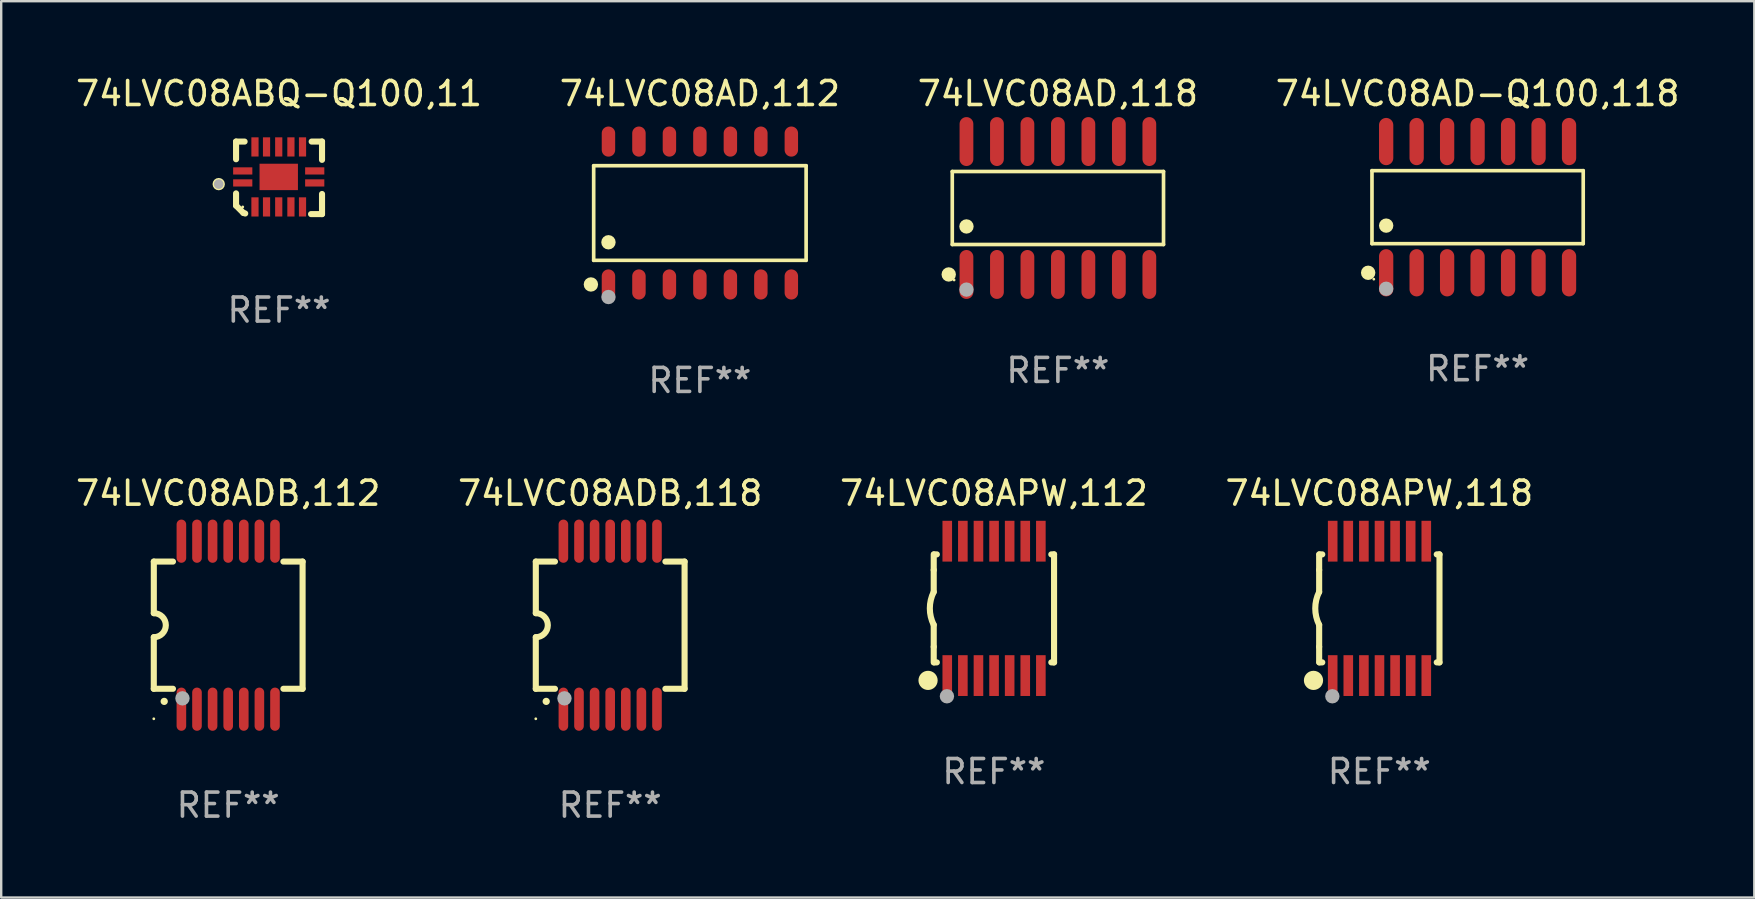
<source format=kicad_pcb>
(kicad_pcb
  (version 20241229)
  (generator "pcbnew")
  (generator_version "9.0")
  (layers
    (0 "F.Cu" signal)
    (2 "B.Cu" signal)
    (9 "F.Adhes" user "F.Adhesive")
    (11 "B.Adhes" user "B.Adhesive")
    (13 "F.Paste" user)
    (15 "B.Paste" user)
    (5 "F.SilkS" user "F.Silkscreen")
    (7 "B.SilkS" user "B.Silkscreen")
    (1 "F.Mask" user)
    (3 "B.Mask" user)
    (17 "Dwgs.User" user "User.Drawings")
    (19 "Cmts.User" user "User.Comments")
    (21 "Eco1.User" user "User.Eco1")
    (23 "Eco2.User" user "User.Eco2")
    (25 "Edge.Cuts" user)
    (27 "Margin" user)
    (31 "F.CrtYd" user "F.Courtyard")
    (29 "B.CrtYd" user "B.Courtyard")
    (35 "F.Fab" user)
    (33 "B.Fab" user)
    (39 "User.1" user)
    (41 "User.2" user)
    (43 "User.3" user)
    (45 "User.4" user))
  (footprint "74LVC08ADB,112"
    (layer "F.Cu")
    (at 6.458 23)
    (property "Reference" "74LVC08ADB,112" (at 0 -5.5 0) (layer "F.SilkS") (effects (font (size 1 1) (thickness 0.15))))
    (attr through_hole)
    (fp_line (start -3.1 2.65) (end -3.1 0.5) (stroke (width 0.254) (type solid)) (layer "F.SilkS"))
    (fp_line (start -3.099 -2.65) (end -2.301 -2.65) (stroke (width 0.254) (type solid)) (layer "F.SilkS"))
    (fp_line (start -3.099 -0.5) (end -3.099 -2.65) (stroke (width 0.254) (type solid)) (layer "F.SilkS"))
    (fp_line (start -2.301 2.65) (end -3.1 2.65) (stroke (width 0.254) (type solid)) (layer "F.SilkS"))
    (fp_line (start 2.301 -2.65) (end 3.1 -2.65) (stroke (width 0.254) (type solid)) (layer "F.SilkS"))
    (fp_line (start 3.1 -2.65) (end 3.1 2.65) (stroke (width 0.254) (type solid)) (layer "F.SilkS"))
    (fp_line (start 3.1 2.65) (end 2.301 2.65) (stroke (width 0.254) (type solid)) (layer "F.SilkS"))
    (fp_arc (start -3.098806 -0.500381) (mid -2.598806 0) (end -3.098806 0.500381) (stroke (width 0.254001) (type solid)) (layer "F.SilkS"))
    (fp_arc (start -2.667005 3.175006) (mid -2.665735 3.175001) (end -2.664465 3.175006) (stroke (width 0.3) (type solid)) (layer "F.SilkS"))
    (fp_circle (center -3.1 3.9) (end -3.07 3.9) (stroke (width 0.06) (type solid)) (fill no) (layer "F.SilkS"))
    (fp_circle (center -1.905 3.048) (end -1.755 3.048) (stroke (width 0.3) (type solid)) (fill no) (layer "F.Fab"))
    (fp_text user "REF**" (at 0 7.5 0) (layer "F.Fab") (effects (font (size 1 1) (thickness 0.15))))
    (pad "1" smd oval (at -1.95 3.5 270) (size 1.8 0.4) (layers "F.Cu" "F.Mask" "F.Paste"))
    (pad "2" smd oval (at -1.3 3.5 270) (size 1.8 0.4) (layers "F.Cu" "F.Mask" "F.Paste"))
    (pad "3" smd oval (at -0.65 3.5 270) (size 1.8 0.4) (layers "F.Cu" "F.Mask" "F.Paste"))
    (pad "4" smd oval (at 0 3.5 270) (size 1.8 0.4) (layers "F.Cu" "F.Mask" "F.Paste"))
    (pad "5" smd oval (at 0.65 3.5 270) (size 1.8 0.4) (layers "F.Cu" "F.Mask" "F.Paste"))
    (pad "6" smd oval (at 1.3 3.5 270) (size 1.8 0.4) (layers "F.Cu" "F.Mask" "F.Paste"))
    (pad "7" smd oval (at 1.95 3.5 270) (size 1.8 0.4) (layers "F.Cu" "F.Mask" "F.Paste"))
    (pad "8" smd oval (at 1.95 -3.5 90) (size 1.8 0.4) (layers "F.Cu" "F.Mask" "F.Paste"))
    (pad "9" smd oval (at 1.3 -3.5 90) (size 1.8 0.4) (layers "F.Cu" "F.Mask" "F.Paste"))
    (pad "10" smd oval (at 0.65 -3.5 90) (size 1.8 0.4) (layers "F.Cu" "F.Mask" "F.Paste"))
    (pad "11" smd oval (at 0 -3.5 90) (size 1.8 0.4) (layers "F.Cu" "F.Mask" "F.Paste"))
    (pad "12" smd oval (at -0.65 -3.5 90) (size 1.8 0.4) (layers "F.Cu" "F.Mask" "F.Paste"))
    (pad "13" smd oval (at -1.3 -3.5 90) (size 1.8 0.4) (layers "F.Cu" "F.Mask" "F.Paste"))
    (pad "14" smd oval (at -1.95 -3.5 90) (size 1.8 0.4) (layers "F.Cu" "F.Mask" "F.Paste")))
  (footprint "74LVC08APW,112"
    (layer "F.Cu")
    (at 38.363 22.3)
    (property "Reference" "74LVC08APW,112" (at 0 -4.8 0) (layer "F.SilkS") (effects (font (size 1 1) (thickness 0.15))))
    (attr through_hole)
    (fp_line (start -2.507 -1.6) (end -2.507 -2.25) (stroke (width 0.254) (type solid)) (layer "F.SilkS"))
    (fp_line (start -2.507 -0.686) (end -2.507 -1.6) (stroke (width 0.254) (type solid)) (layer "F.SilkS"))
    (fp_line (start -2.507 1.6) (end -2.507 0.686) (stroke (width 0.254) (type solid)) (layer "F.SilkS"))
    (fp_line (start -2.507 1.6) (end -2.507 2.25) (stroke (width 0.254) (type solid)) (layer "F.SilkS"))
    (fp_line (start -2.493 -2.25) (end -2.377 -2.25) (stroke (width 0.254) (type solid)) (layer "F.SilkS"))
    (fp_line (start -2.377 2.25) (end -2.493 2.25) (stroke (width 0.254) (type solid)) (layer "F.SilkS"))
    (fp_line (start 2.392 -2.25) (end 2.507 -2.25) (stroke (width 0.254) (type solid)) (layer "F.SilkS"))
    (fp_line (start 2.507 -2.25) (end 2.507 2.25) (stroke (width 0.254) (type solid)) (layer "F.SilkS"))
    (fp_line (start 2.507 2.25) (end 2.392 2.25) (stroke (width 0.254) (type solid)) (layer "F.SilkS"))
    (fp_arc (start -2.507303 0.685802) (mid -2.669199 0) (end -2.507303 -0.685801) (stroke (width 0.254001) (type solid)) (layer "F.SilkS"))
    (fp_circle (center -2.743 3) (end -2.543 3) (stroke (width 0.4) (type solid)) (fill no) (layer "F.SilkS"))
    (fp_circle (center -2.493 3.2) (end -2.463 3.2) (stroke (width 0.06) (type solid)) (fill no) (layer "F.SilkS"))
    (fp_circle (center -1.957 3.662) (end -1.807 3.662) (stroke (width 0.3) (type solid)) (fill no) (layer "F.Fab"))
    (fp_text user "REF**" (at 0 6.8 0) (layer "F.Fab") (effects (font (size 1 1) (thickness 0.15))))
    (pad "1" smd rect (at -1.943 2.8) (size 0.4 1.7) (layers "F.Cu" "F.Mask" "F.Paste"))
    (pad "2" smd rect (at -1.293 2.8) (size 0.4 1.7) (layers "F.Cu" "F.Mask" "F.Paste"))
    (pad "3" smd rect (at -0.643 2.8) (size 0.4 1.7) (layers "F.Cu" "F.Mask" "F.Paste"))
    (pad "4" smd rect (at 0.007 2.8) (size 0.4 1.7) (layers "F.Cu" "F.Mask" "F.Paste"))
    (pad "5" smd rect (at 0.657 2.8) (size 0.4 1.7) (layers "F.Cu" "F.Mask" "F.Paste"))
    (pad "6" smd rect (at 1.307 2.8) (size 0.4 1.7) (layers "F.Cu" "F.Mask" "F.Paste"))
    (pad "7" smd rect (at 1.957 2.8) (size 0.4 1.7) (layers "F.Cu" "F.Mask" "F.Paste"))
    (pad "8" smd rect (at 1.957 -2.8) (size 0.4 1.7) (layers "F.Cu" "F.Mask" "F.Paste"))
    (pad "9" smd rect (at 1.307 -2.8) (size 0.4 1.7) (layers "F.Cu" "F.Mask" "F.Paste"))
    (pad "10" smd rect (at 0.657 -2.8) (size 0.4 1.7) (layers "F.Cu" "F.Mask" "F.Paste"))
    (pad "11" smd rect (at 0.007 -2.8) (size 0.4 1.7) (layers "F.Cu" "F.Mask" "F.Paste"))
    (pad "12" smd rect (at -0.643 -2.8) (size 0.4 1.7) (layers "F.Cu" "F.Mask" "F.Paste"))
    (pad "13" smd rect (at -1.293 -2.8) (size 0.4 1.7) (layers "F.Cu" "F.Mask" "F.Paste"))
    (pad "14" smd rect (at -1.943 -2.8) (size 0.4 1.7) (layers "F.Cu" "F.Mask" "F.Paste")))
  (footprint "74LVC08ABQ-Q100,11"
    (layer "F.Cu")
    (at 8.577 4.36)
    (property "Reference" "74LVC08ABQ-Q100,11" (at 0 -3.511 0) (layer "F.SilkS") (effects (font (size 1 1) (thickness 0.15))))
    (attr through_hole)
    (fp_line (start -1.791 -1.511) (end -1.435 -1.511) (stroke (width 0.254) (type solid)) (layer "F.SilkS"))
    (fp_line (start -1.791 -0.775) (end -1.791 -1.511) (stroke (width 0.254) (type solid)) (layer "F.SilkS"))
    (fp_line (start -1.791 1.156) (end -1.791 0.648) (stroke (width 0.254) (type solid)) (layer "F.SilkS"))
    (fp_line (start -1.486 1.461) (end -1.791 1.156) (stroke (width 0.254) (type solid)) (layer "F.SilkS"))
    (fp_line (start -1.41 1.486) (end -1.486 1.461) (stroke (width 0.254) (type solid)) (layer "F.SilkS"))
    (fp_line (start 1.334 1.511) (end 1.791 1.511) (stroke (width 0.254) (type solid)) (layer "F.SilkS"))
    (fp_line (start 1.791 -1.511) (end 1.359 -1.511) (stroke (width 0.254) (type solid)) (layer "F.SilkS"))
    (fp_line (start 1.791 -0.749) (end 1.791 -1.511) (stroke (width 0.254) (type solid)) (layer "F.SilkS"))
    (fp_line (start 1.791 1.511) (end 1.791 0.673) (stroke (width 0.254) (type solid)) (layer "F.SilkS"))
    (fp_circle (center -2.513 0.262) (end -2.383 0.262) (stroke (width 0.254) (type solid)) (fill no) (layer "F.SilkS"))
    (fp_circle (center -1.513 1.212) (end -1.483 1.212) (stroke (width 0.06) (type solid)) (fill no) (layer "F.SilkS"))
    (fp_circle (center -2.513 0.262) (end -2.413 0.262) (stroke (width 0.2) (type solid)) (fill no) (layer "F.Fab"))
    (fp_text user "REF**" (at 0 5.511 0) (layer "F.Fab") (effects (font (size 1 1) (thickness 0.15))))
    (pad "1" smd rect (at -1.513 0.212) (size 0.8 0.3) (layers "F.Cu" "F.Mask" "F.Paste"))
    (pad "2" smd rect (at -1.003 1.212) (size 0.3 0.8) (layers "F.Cu" "F.Mask" "F.Paste"))
    (pad "3" smd rect (at -0.521 1.212) (size 0.3 0.8) (layers "F.Cu" "F.Mask" "F.Paste"))
    (pad "4" smd rect (at -0.013 1.212) (size 0.3 0.8) (layers "F.Cu" "F.Mask" "F.Paste"))
    (pad "5" smd rect (at 0.495 1.212) (size 0.3 0.8) (layers "F.Cu" "F.Mask" "F.Paste"))
    (pad "6" smd rect (at 0.978 1.212) (size 0.3 0.8) (layers "F.Cu" "F.Mask" "F.Paste"))
    (pad "7" smd rect (at 1.487 0.212) (size 0.8 0.3) (layers "F.Cu" "F.Mask" "F.Paste"))
    (pad "8" smd rect (at 1.487 -0.288) (size 0.8 0.3) (layers "F.Cu" "F.Mask" "F.Paste"))
    (pad "9" smd rect (at 0.978 -1.288) (size 0.3 0.8) (layers "F.Cu" "F.Mask" "F.Paste"))
    (pad "10" smd rect (at 0.495 -1.288) (size 0.3 0.8) (layers "F.Cu" "F.Mask" "F.Paste"))
    (pad "11" smd rect (at -0.013 -1.288) (size 0.3 0.8) (layers "F.Cu" "F.Mask" "F.Paste"))
    (pad "12" smd rect (at -0.521 -1.288) (size 0.3 0.8) (layers "F.Cu" "F.Mask" "F.Paste"))
    (pad "13" smd rect (at -1.003 -1.288) (size 0.3 0.8) (layers "F.Cu" "F.Mask" "F.Paste"))
    (pad "14" smd rect (at -1.513 -0.288) (size 0.8 0.3) (layers "F.Cu" "F.Mask" "F.Paste"))
    (pad "15" smd rect (at -0.013 -0.038 90) (size 1.1 1.6) (layers "F.Cu" "F.Mask" "F.Paste")))
  (footprint "74LVC08AD,118"
    (layer "F.Cu")
    (at 41.03 5.617)
    (property "Reference" "74LVC08AD,118" (at 0 -4.769 0) (layer "F.SilkS") (effects (font (size 1 1) (thickness 0.15))))
    (attr through_hole)
    (fp_line (start -4.401 -1.521) (end 4.401 -1.521) (stroke (width 0.152) (type solid)) (layer "F.SilkS"))
    (fp_line (start -4.401 1.521) (end -4.401 -1.521) (stroke (width 0.152) (type solid)) (layer "F.SilkS"))
    (fp_line (start 4.401 -1.521) (end 4.401 1.521) (stroke (width 0.152) (type solid)) (layer "F.SilkS"))
    (fp_line (start 4.401 1.521) (end -4.401 1.521) (stroke (width 0.152) (type solid)) (layer "F.SilkS"))
    (fp_circle (center -4.549 2.769) (end -4.399 2.769) (stroke (width 0.3) (type solid)) (fill no) (layer "F.SilkS"))
    (fp_circle (center -4.325 3) (end -4.295 3) (stroke (width 0.06) (type solid)) (fill no) (layer "F.SilkS"))
    (fp_circle (center -3.81 0.769) (end -3.66 0.769) (stroke (width 0.3) (type solid)) (fill no) (layer "F.SilkS"))
    (fp_circle (center -3.81 3.4) (end -3.66 3.4) (stroke (width 0.3) (type solid)) (fill no) (layer "F.Fab"))
    (fp_text user "REF**" (at 0 6.769 0) (layer "F.Fab") (effects (font (size 1 1) (thickness 0.15))))
    (pad "1" smd oval (at -3.81 2.769) (size 0.574 2.038) (layers "F.Cu" "F.Mask" "F.Paste"))
    (pad "2" smd oval (at -2.54 2.769) (size 0.574 2.038) (layers "F.Cu" "F.Mask" "F.Paste"))
    (pad "3" smd oval (at -1.27 2.769) (size 0.574 2.038) (layers "F.Cu" "F.Mask" "F.Paste"))
    (pad "4" smd oval (at 0 2.769) (size 0.574 2.038) (layers "F.Cu" "F.Mask" "F.Paste"))
    (pad "5" smd oval (at 1.27 2.769) (size 0.574 2.038) (layers "F.Cu" "F.Mask" "F.Paste"))
    (pad "6" smd oval (at 2.54 2.769) (size 0.574 2.038) (layers "F.Cu" "F.Mask" "F.Paste"))
    (pad "7" smd oval (at 3.81 2.769) (size 0.574 2.038) (layers "F.Cu" "F.Mask" "F.Paste"))
    (pad "8" smd oval (at 3.81 -2.769) (size 0.574 2.038) (layers "F.Cu" "F.Mask" "F.Paste"))
    (pad "9" smd oval (at 2.54 -2.769) (size 0.574 2.038) (layers "F.Cu" "F.Mask" "F.Paste"))
    (pad "10" smd oval (at 1.27 -2.769) (size 0.574 2.038) (layers "F.Cu" "F.Mask" "F.Paste"))
    (pad "11" smd oval (at 0 -2.769) (size 0.574 2.038) (layers "F.Cu" "F.Mask" "F.Paste"))
    (pad "12" smd oval (at -1.27 -2.769) (size 0.574 2.038) (layers "F.Cu" "F.Mask" "F.Paste"))
    (pad "13" smd oval (at -2.54 -2.769) (size 0.574 2.038) (layers "F.Cu" "F.Mask" "F.Paste"))
    (pad "14" smd oval (at -3.81 -2.769) (size 0.574 2.038) (layers "F.Cu" "F.Mask" "F.Paste")))
  (footprint "74LVC08APW,118"
    (layer "F.Cu")
    (at 54.423 22.3)
    (property "Reference" "74LVC08APW,118" (at 0 -4.8 0) (layer "F.SilkS") (effects (font (size 1 1) (thickness 0.15))))
    (attr through_hole)
    (fp_line (start -2.507 -1.6) (end -2.507 -2.25) (stroke (width 0.254) (type solid)) (layer "F.SilkS"))
    (fp_line (start -2.507 -0.686) (end -2.507 -1.6) (stroke (width 0.254) (type solid)) (layer "F.SilkS"))
    (fp_line (start -2.507 1.6) (end -2.507 0.686) (stroke (width 0.254) (type solid)) (layer "F.SilkS"))
    (fp_line (start -2.507 1.6) (end -2.507 2.25) (stroke (width 0.254) (type solid)) (layer "F.SilkS"))
    (fp_line (start -2.493 -2.25) (end -2.377 -2.25) (stroke (width 0.254) (type solid)) (layer "F.SilkS"))
    (fp_line (start -2.377 2.25) (end -2.493 2.25) (stroke (width 0.254) (type solid)) (layer "F.SilkS"))
    (fp_line (start 2.392 -2.25) (end 2.507 -2.25) (stroke (width 0.254) (type solid)) (layer "F.SilkS"))
    (fp_line (start 2.507 -2.25) (end 2.507 2.25) (stroke (width 0.254) (type solid)) (layer "F.SilkS"))
    (fp_line (start 2.507 2.25) (end 2.392 2.25) (stroke (width 0.254) (type solid)) (layer "F.SilkS"))
    (fp_arc (start -2.507303 0.685802) (mid -2.669199 0) (end -2.507303 -0.685801) (stroke (width 0.254001) (type solid)) (layer "F.SilkS"))
    (fp_circle (center -2.743 3) (end -2.543 3) (stroke (width 0.4) (type solid)) (fill no) (layer "F.SilkS"))
    (fp_circle (center -2.493 3.2) (end -2.463 3.2) (stroke (width 0.06) (type solid)) (fill no) (layer "F.SilkS"))
    (fp_circle (center -1.957 3.662) (end -1.807 3.662) (stroke (width 0.3) (type solid)) (fill no) (layer "F.Fab"))
    (fp_text user "REF**" (at 0 6.8 0) (layer "F.Fab") (effects (font (size 1 1) (thickness 0.15))))
    (pad "1" smd rect (at -1.943 2.8) (size 0.4 1.7) (layers "F.Cu" "F.Mask" "F.Paste"))
    (pad "2" smd rect (at -1.293 2.8) (size 0.4 1.7) (layers "F.Cu" "F.Mask" "F.Paste"))
    (pad "3" smd rect (at -0.643 2.8) (size 0.4 1.7) (layers "F.Cu" "F.Mask" "F.Paste"))
    (pad "4" smd rect (at 0.007 2.8) (size 0.4 1.7) (layers "F.Cu" "F.Mask" "F.Paste"))
    (pad "5" smd rect (at 0.657 2.8) (size 0.4 1.7) (layers "F.Cu" "F.Mask" "F.Paste"))
    (pad "6" smd rect (at 1.307 2.8) (size 0.4 1.7) (layers "F.Cu" "F.Mask" "F.Paste"))
    (pad "7" smd rect (at 1.957 2.8) (size 0.4 1.7) (layers "F.Cu" "F.Mask" "F.Paste"))
    (pad "8" smd rect (at 1.957 -2.8) (size 0.4 1.7) (layers "F.Cu" "F.Mask" "F.Paste"))
    (pad "9" smd rect (at 1.307 -2.8) (size 0.4 1.7) (layers "F.Cu" "F.Mask" "F.Paste"))
    (pad "10" smd rect (at 0.657 -2.8) (size 0.4 1.7) (layers "F.Cu" "F.Mask" "F.Paste"))
    (pad "11" smd rect (at 0.007 -2.8) (size 0.4 1.7) (layers "F.Cu" "F.Mask" "F.Paste"))
    (pad "12" smd rect (at -0.643 -2.8) (size 0.4 1.7) (layers "F.Cu" "F.Mask" "F.Paste"))
    (pad "13" smd rect (at -1.293 -2.8) (size 0.4 1.7) (layers "F.Cu" "F.Mask" "F.Paste"))
    (pad "14" smd rect (at -1.943 -2.8) (size 0.4 1.7) (layers "F.Cu" "F.Mask" "F.Paste")))
  (footprint "74LVC08AD,112"
    (layer "F.Cu")
    (at 26.113 5.826)
    (property "Reference" "74LVC08AD,112" (at 0 -4.977 0) (layer "F.SilkS") (effects (font (size 1 1) (thickness 0.15))))
    (attr through_hole)
    (fp_line (start -4.426 -1.971) (end 4.426 -1.971) (stroke (width 0.152) (type solid)) (layer "F.SilkS"))
    (fp_line (start -4.426 1.971) (end -4.426 -1.971) (stroke (width 0.152) (type solid)) (layer "F.SilkS"))
    (fp_line (start 4.426 -1.971) (end 4.426 1.971) (stroke (width 0.152) (type solid)) (layer "F.SilkS"))
    (fp_line (start 4.426 1.971) (end -4.426 1.971) (stroke (width 0.152) (type solid)) (layer "F.SilkS"))
    (fp_circle (center -4.542 2.977) (end -4.392 2.977) (stroke (width 0.3) (type solid)) (fill no) (layer "F.SilkS"))
    (fp_circle (center -4.35 3.1) (end -4.32 3.1) (stroke (width 0.06) (type solid)) (fill no) (layer "F.SilkS"))
    (fp_circle (center -3.81 1.219) (end -3.66 1.219) (stroke (width 0.3) (type solid)) (fill no) (layer "F.SilkS"))
    (fp_circle (center -3.81 3.5) (end -3.66 3.5) (stroke (width 0.3) (type solid)) (fill no) (layer "F.Fab"))
    (fp_text user "REF**" (at 0 6.977 0) (layer "F.Fab") (effects (font (size 1 1) (thickness 0.15))))
    (pad "1" smd oval (at -3.81 2.977) (size 0.56 1.255) (layers "F.Cu" "F.Mask" "F.Paste"))
    (pad "2" smd oval (at -2.54 2.977) (size 0.56 1.255) (layers "F.Cu" "F.Mask" "F.Paste"))
    (pad "3" smd oval (at -1.27 2.977) (size 0.56 1.255) (layers "F.Cu" "F.Mask" "F.Paste"))
    (pad "4" smd oval (at 0 2.977) (size 0.56 1.255) (layers "F.Cu" "F.Mask" "F.Paste"))
    (pad "5" smd oval (at 1.27 2.977) (size 0.56 1.255) (layers "F.Cu" "F.Mask" "F.Paste"))
    (pad "6" smd oval (at 2.54 2.977) (size 0.56 1.255) (layers "F.Cu" "F.Mask" "F.Paste"))
    (pad "7" smd oval (at 3.81 2.977) (size 0.56 1.255) (layers "F.Cu" "F.Mask" "F.Paste"))
    (pad "8" smd oval (at 3.81 -2.977) (size 0.56 1.255) (layers "F.Cu" "F.Mask" "F.Paste"))
    (pad "9" smd oval (at 2.54 -2.977) (size 0.56 1.255) (layers "F.Cu" "F.Mask" "F.Paste"))
    (pad "10" smd oval (at 1.27 -2.977) (size 0.56 1.255) (layers "F.Cu" "F.Mask" "F.Paste"))
    (pad "11" smd oval (at 0 -2.977) (size 0.56 1.255) (layers "F.Cu" "F.Mask" "F.Paste"))
    (pad "12" smd oval (at -1.27 -2.977) (size 0.56 1.255) (layers "F.Cu" "F.Mask" "F.Paste"))
    (pad "13" smd oval (at -2.54 -2.977) (size 0.56 1.255) (layers "F.Cu" "F.Mask" "F.Paste"))
    (pad "14" smd oval (at -3.81 -2.977) (size 0.56 1.255) (layers "F.Cu" "F.Mask" "F.Paste")))
  (footprint "74LVC08AD-Q100,118"
    (layer "F.Cu")
    (at 58.518 5.582)
    (property "Reference" "74LVC08AD-Q100,118" (at 0 -4.734 0) (layer "F.SilkS") (effects (font (size 1 1) (thickness 0.15))))
    (attr through_hole)
    (fp_line (start -4.401 -1.521) (end 4.401 -1.521) (stroke (width 0.152) (type solid)) (layer "F.SilkS"))
    (fp_line (start -4.401 1.521) (end -4.401 -1.521) (stroke (width 0.152) (type solid)) (layer "F.SilkS"))
    (fp_line (start 4.401 -1.521) (end 4.401 1.521) (stroke (width 0.152) (type solid)) (layer "F.SilkS"))
    (fp_line (start 4.401 1.521) (end -4.401 1.521) (stroke (width 0.152) (type solid)) (layer "F.SilkS"))
    (fp_circle (center -4.56 2.734) (end -4.41 2.734) (stroke (width 0.3) (type solid)) (fill no) (layer "F.SilkS"))
    (fp_circle (center -4.325 3) (end -4.295 3) (stroke (width 0.06) (type solid)) (fill no) (layer "F.SilkS"))
    (fp_circle (center -3.81 0.769) (end -3.66 0.769) (stroke (width 0.3) (type solid)) (fill no) (layer "F.SilkS"))
    (fp_circle (center -3.81 3.4) (end -3.66 3.4) (stroke (width 0.3) (type solid)) (fill no) (layer "F.Fab"))
    (fp_text user "REF**" (at 0 6.734 0) (layer "F.Fab") (effects (font (size 1 1) (thickness 0.15))))
    (pad "1" smd oval (at -3.81 2.734) (size 0.595 1.968) (layers "F.Cu" "F.Mask" "F.Paste"))
    (pad "2" smd oval (at -2.54 2.734) (size 0.595 1.968) (layers "F.Cu" "F.Mask" "F.Paste"))
    (pad "3" smd oval (at -1.27 2.734) (size 0.595 1.968) (layers "F.Cu" "F.Mask" "F.Paste"))
    (pad "4" smd oval (at 0 2.734) (size 0.595 1.968) (layers "F.Cu" "F.Mask" "F.Paste"))
    (pad "5" smd oval (at 1.27 2.734) (size 0.595 1.968) (layers "F.Cu" "F.Mask" "F.Paste"))
    (pad "6" smd oval (at 2.54 2.734) (size 0.595 1.968) (layers "F.Cu" "F.Mask" "F.Paste"))
    (pad "7" smd oval (at 3.81 2.734) (size 0.595 1.968) (layers "F.Cu" "F.Mask" "F.Paste"))
    (pad "8" smd oval (at 3.81 -2.734) (size 0.595 1.968) (layers "F.Cu" "F.Mask" "F.Paste"))
    (pad "9" smd oval (at 2.54 -2.734) (size 0.595 1.968) (layers "F.Cu" "F.Mask" "F.Paste"))
    (pad "10" smd oval (at 1.27 -2.734) (size 0.595 1.968) (layers "F.Cu" "F.Mask" "F.Paste"))
    (pad "11" smd oval (at 0 -2.734) (size 0.595 1.968) (layers "F.Cu" "F.Mask" "F.Paste"))
    (pad "12" smd oval (at -1.27 -2.734) (size 0.595 1.968) (layers "F.Cu" "F.Mask" "F.Paste"))
    (pad "13" smd oval (at -2.54 -2.734) (size 0.595 1.968) (layers "F.Cu" "F.Mask" "F.Paste"))
    (pad "14" smd oval (at -3.81 -2.734) (size 0.595 1.968) (layers "F.Cu" "F.Mask" "F.Paste")))
  (footprint "74LVC08ADB,118"
    (layer "F.Cu")
    (at 22.375 23)
    (property "Reference" "74LVC08ADB,118" (at 0 -5.5 0) (layer "F.SilkS") (effects (font (size 1 1) (thickness 0.15))))
    (attr through_hole)
    (fp_line (start -3.1 2.65) (end -3.1 0.5) (stroke (width 0.254) (type solid)) (layer "F.SilkS"))
    (fp_line (start -3.099 -2.65) (end -2.301 -2.65) (stroke (width 0.254) (type solid)) (layer "F.SilkS"))
    (fp_line (start -3.099 -0.5) (end -3.099 -2.65) (stroke (width 0.254) (type solid)) (layer "F.SilkS"))
    (fp_line (start -2.301 2.65) (end -3.1 2.65) (stroke (width 0.254) (type solid)) (layer "F.SilkS"))
    (fp_line (start 2.301 -2.65) (end 3.1 -2.65) (stroke (width 0.254) (type solid)) (layer "F.SilkS"))
    (fp_line (start 3.1 -2.65) (end 3.1 2.65) (stroke (width 0.254) (type solid)) (layer "F.SilkS"))
    (fp_line (start 3.1 2.65) (end 2.301 2.65) (stroke (width 0.254) (type solid)) (layer "F.SilkS"))
    (fp_arc (start -3.098806 -0.500381) (mid -2.598806 0) (end -3.098806 0.500381) (stroke (width 0.254001) (type solid)) (layer "F.SilkS"))
    (fp_arc (start -2.667005 3.175006) (mid -2.665735 3.175001) (end -2.664465 3.175006) (stroke (width 0.3) (type solid)) (layer "F.SilkS"))
    (fp_circle (center -3.1 3.9) (end -3.07 3.9) (stroke (width 0.06) (type solid)) (fill no) (layer "F.SilkS"))
    (fp_circle (center -1.905 3.048) (end -1.755 3.048) (stroke (width 0.3) (type solid)) (fill no) (layer "F.Fab"))
    (fp_text user "REF**" (at 0 7.5 0) (layer "F.Fab") (effects (font (size 1 1) (thickness 0.15))))
    (pad "1" smd oval (at -1.95 3.5 270) (size 1.8 0.4) (layers "F.Cu" "F.Mask" "F.Paste"))
    (pad "2" smd oval (at -1.3 3.5 270) (size 1.8 0.4) (layers "F.Cu" "F.Mask" "F.Paste"))
    (pad "3" smd oval (at -0.65 3.5 270) (size 1.8 0.4) (layers "F.Cu" "F.Mask" "F.Paste"))
    (pad "4" smd oval (at 0 3.5 270) (size 1.8 0.4) (layers "F.Cu" "F.Mask" "F.Paste"))
    (pad "5" smd oval (at 0.65 3.5 270) (size 1.8 0.4) (layers "F.Cu" "F.Mask" "F.Paste"))
    (pad "6" smd oval (at 1.3 3.5 270) (size 1.8 0.4) (layers "F.Cu" "F.Mask" "F.Paste"))
    (pad "7" smd oval (at 1.95 3.5 270) (size 1.8 0.4) (layers "F.Cu" "F.Mask" "F.Paste"))
    (pad "8" smd oval (at 1.95 -3.5 90) (size 1.8 0.4) (layers "F.Cu" "F.Mask" "F.Paste"))
    (pad "9" smd oval (at 1.3 -3.5 90) (size 1.8 0.4) (layers "F.Cu" "F.Mask" "F.Paste"))
    (pad "10" smd oval (at 0.65 -3.5 90) (size 1.8 0.4) (layers "F.Cu" "F.Mask" "F.Paste"))
    (pad "11" smd oval (at 0 -3.5 90) (size 1.8 0.4) (layers "F.Cu" "F.Mask" "F.Paste"))
    (pad "12" smd oval (at -0.65 -3.5 90) (size 1.8 0.4) (layers "F.Cu" "F.Mask" "F.Paste"))
    (pad "13" smd oval (at -1.3 -3.5 90) (size 1.8 0.4) (layers "F.Cu" "F.Mask" "F.Paste"))
    (pad "14" smd oval (at -1.95 -3.5 90) (size 1.8 0.4) (layers "F.Cu" "F.Mask" "F.Paste")))
  (gr_rect
    (start -3 -3)
    (end 70.048 34.348)
    (stroke (width 0.1) (type default))
    (fill no)
    (layer "Edge.Cuts")))
</source>
